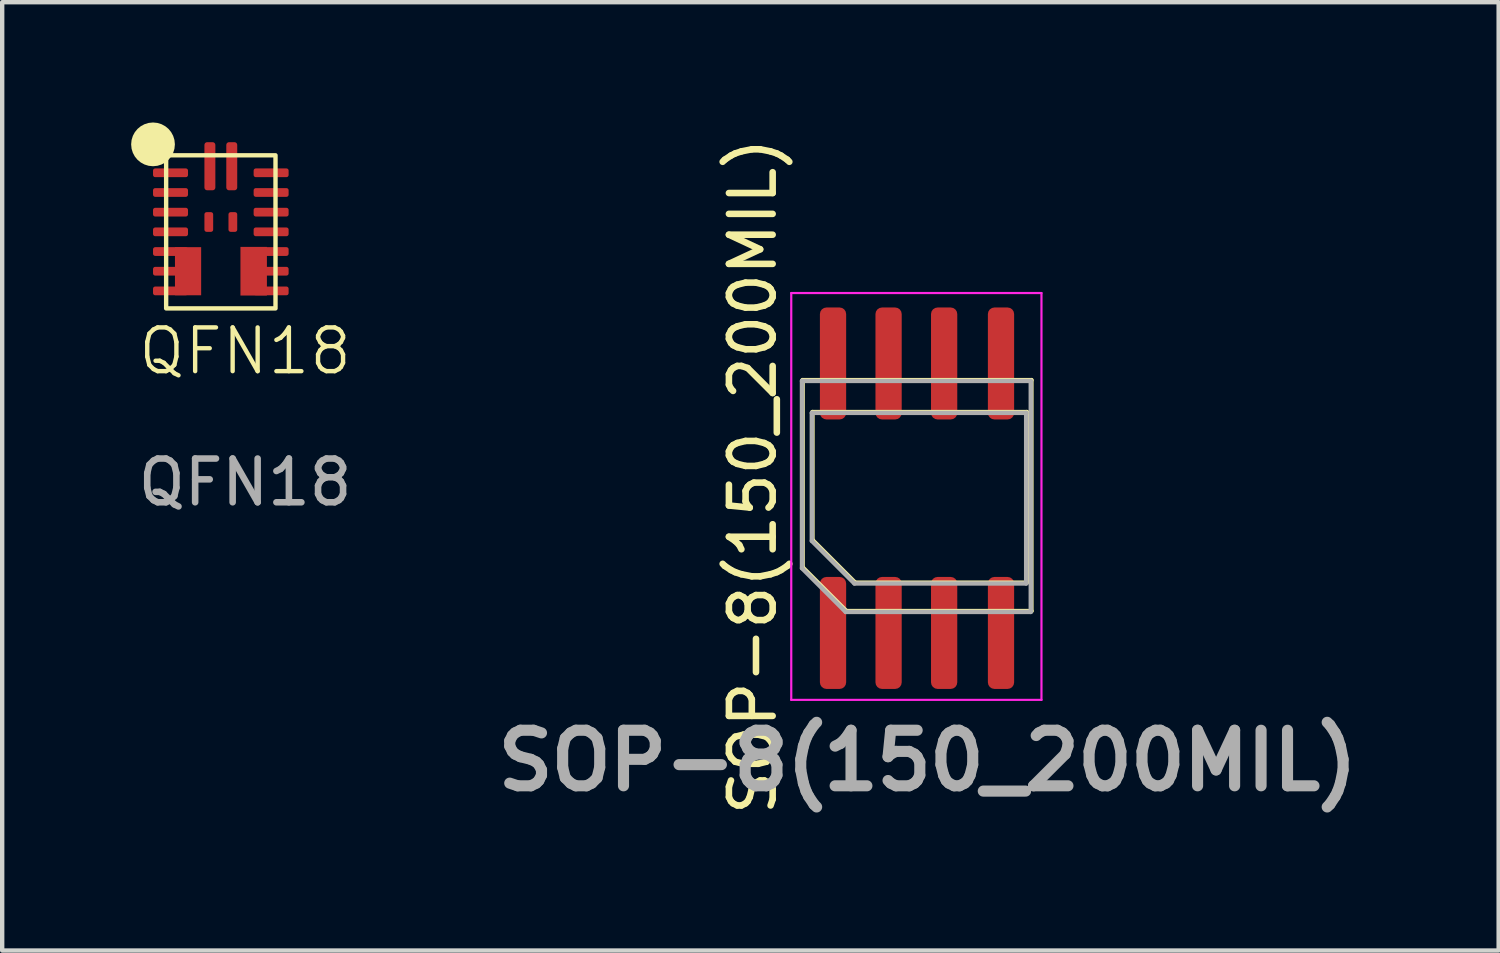
<source format=kicad_pcb>
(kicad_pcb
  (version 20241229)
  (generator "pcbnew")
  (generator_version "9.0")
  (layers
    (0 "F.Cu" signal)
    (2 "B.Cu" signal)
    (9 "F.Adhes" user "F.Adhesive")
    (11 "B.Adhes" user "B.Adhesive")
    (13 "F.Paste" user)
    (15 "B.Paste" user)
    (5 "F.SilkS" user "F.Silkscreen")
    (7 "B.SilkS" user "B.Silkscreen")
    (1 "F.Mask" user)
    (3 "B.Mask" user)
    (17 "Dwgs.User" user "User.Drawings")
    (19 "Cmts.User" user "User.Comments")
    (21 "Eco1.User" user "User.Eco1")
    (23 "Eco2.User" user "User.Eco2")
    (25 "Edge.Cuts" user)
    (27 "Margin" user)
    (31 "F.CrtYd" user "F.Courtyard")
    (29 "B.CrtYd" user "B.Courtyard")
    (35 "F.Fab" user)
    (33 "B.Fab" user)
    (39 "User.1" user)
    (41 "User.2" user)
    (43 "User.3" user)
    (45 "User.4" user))
  (footprint "QFN18"
    (layer "F.Cu")
    (at 1.998 2.25)
    (property "Reference" "QFN18" (at 0.556 2.727 0) (unlocked yes) (layer "F.SilkS") (effects (font (size 1 1) (thickness 0.1))))
    (attr smd)
    (fp_rect (start -1.25 -1.75) (end 1.25 1.75) (stroke (width 0.1) (type default)) (fill no) (layer "F.SilkS"))
    (fp_circle (center -1.55 -2) (end -1.55 -2) (stroke (width 0.5) (type default)) (fill no) (layer "F.SilkS"))
    (fp_text user "${REFERENCE}" (at 0.556 5.727 0) (unlocked yes) (layer "F.Fab") (effects (font (size 1 1) (thickness 0.15))))
    (pad "1" smd roundrect (at -1.15 -1.35 180) (size 0.8 0.2) (layers "F.Cu" "F.Mask" "F.Paste") (roundrect_rratio 0.25))
    (pad "2" smd roundrect (at -1.15 -0.9) (size 0.8 0.2) (layers "F.Cu" "F.Mask" "F.Paste") (roundrect_rratio 0.25))
    (pad "3" smd roundrect (at -1.15 -0.45) (size 0.8 0.2) (layers "F.Cu" "F.Mask" "F.Paste") (roundrect_rratio 0.25))
    (pad "4" smd roundrect (at -1.15 0) (size 0.8 0.2) (layers "F.Cu" "F.Mask" "F.Paste") (roundrect_rratio 0.25))
    (pad "5" smd roundrect (at -1.15 0.45) (size 0.8 0.2) (layers "F.Cu" "F.Mask" "F.Paste") (roundrect_rratio 0.25))
    (pad "6" smd roundrect (at -1.15 0.9) (size 0.8 0.2) (layers "F.Cu" "F.Mask" "F.Paste") (roundrect_rratio 0.25))
    (pad "7" smd roundrect (at -1.15 1.35) (size 0.8 0.2) (layers "F.Cu" "F.Mask" "F.Paste") (roundrect_rratio 0.25))
    (pad "8" smd roundrect (at 1.15 1.35) (size 0.8 0.2) (layers "F.Cu" "F.Mask" "F.Paste") (roundrect_rratio 0.25))
    (pad "9" smd roundrect (at 1.15 0.9) (size 0.8 0.2) (layers "F.Cu" "F.Mask" "F.Paste") (roundrect_rratio 0.25))
    (pad "10" smd roundrect (at 1.15 0.45) (size 0.8 0.2) (layers "F.Cu" "F.Mask" "F.Paste") (roundrect_rratio 0.25))
    (pad "11" smd roundrect (at 1.15 0) (size 0.8 0.2) (layers "F.Cu" "F.Mask" "F.Paste") (roundrect_rratio 0.25))
    (pad "12" smd roundrect (at 1.15 -0.45) (size 0.8 0.2) (layers "F.Cu" "F.Mask" "F.Paste") (roundrect_rratio 0.25))
    (pad "13" smd roundrect (at 1.15 -0.9) (size 0.8 0.2) (layers "F.Cu" "F.Mask" "F.Paste") (roundrect_rratio 0.25))
    (pad "14" smd roundrect (at 1.15 -1.35) (size 0.8 0.2) (layers "F.Cu" "F.Mask" "F.Paste") (roundrect_rratio 0.25))
    (pad "15" smd roundrect (at 0.25 -1.5) (size 0.25 1.1) (layers "F.Cu" "F.Mask" "F.Paste") (roundrect_rratio 0.25))
    (pad "16" smd roundrect (at -0.25 -1.5) (size 0.25 1.1) (layers "F.Cu" "F.Mask" "F.Paste") (roundrect_rratio 0.25))
    (pad "17" smd roundrect (at 0.275 -0.225) (size 0.2 0.45) (layers "F.Cu" "F.Mask" "F.Paste") (roundrect_rratio 0.25))
    (pad "18" smd roundrect (at -0.275 -0.225) (size 0.2 0.45) (layers "F.Cu" "F.Mask" "F.Paste") (roundrect_rratio 0.25))
    (pad "19" smd rect (at -0.749 0.9 90) (size 1.1 0.599) (layers "F.Cu" "F.Mask" "F.Paste"))
    (pad "20" smd rect (at 0.751 0.9 90) (size 1.112 0.605) (layers "F.Cu" "F.Mask" "F.Paste"))
    (zone (net_name "") (layer "F.Cu") (name "KeepOut") (hatch none 0.5) (connect_pads) (min_thickness 0.25) (filled_areas_thickness no) (keepout (tracks not_allowed) (vias not_allowed) (pads not_allowed) (copperpour not_allowed) (footprints not_allowed)) (placement (enabled no)) (fill) (polygon (pts (xy 2.548 1.625) (xy 2.548 2.425) (xy 1.448 2.425) (xy 1.448 1.625)))))
  (footprint "SOP-8(150_200MIL)"
    (layer "F.Cu")
    (at 11.658 8.339)
    (property "Reference" "SOP-8(150_200MIL)" (at 2.5 -0.5 90) (unlocked yes) (layer "F.SilkS") (effects (font (size 1 1) (thickness 0.15))))
    (attr smd)
    (fp_line (start 3.64 -2.7) (end 8.87 -2.7) (stroke (width 0.1) (type solid)) (layer "F.SilkS"))
    (fp_line (start 3.64 1.58) (end 3.64 -2.7) (stroke (width 0.1) (type solid)) (layer "F.SilkS"))
    (fp_line (start 3.865 -1.97) (end 8.765 -1.97) (stroke (width 0.1) (type solid)) (layer "F.SilkS"))
    (fp_line (start 3.865 0.955) (end 3.865 -1.97) (stroke (width 0.1) (type solid)) (layer "F.SilkS"))
    (fp_line (start 4.64 2.58) (end 3.64 1.58) (stroke (width 0.1) (type solid)) (layer "F.SilkS"))
    (fp_line (start 4.84 1.93) (end 3.865 0.955) (stroke (width 0.1) (type solid)) (layer "F.SilkS"))
    (fp_line (start 8.765 -1.97) (end 8.765 1.93) (stroke (width 0.1) (type solid)) (layer "F.SilkS"))
    (fp_line (start 8.765 1.93) (end 4.84 1.93) (stroke (width 0.1) (type solid)) (layer "F.SilkS"))
    (fp_line (start 8.87 -2.7) (end 8.87 2.58) (stroke (width 0.1) (type solid)) (layer "F.SilkS"))
    (fp_line (start 8.87 2.58) (end 4.64 2.58) (stroke (width 0.1) (type solid)) (layer "F.SilkS"))
    (fp_line (start 3.38 -4.69) (end 3.38 4.61) (stroke (width 0.05) (type solid)) (layer "F.CrtYd"))
    (fp_line (start 3.38 4.61) (end 9.1 4.61) (stroke (width 0.05) (type solid)) (layer "F.CrtYd"))
    (fp_line (start 9.1 -4.69) (end 3.38 -4.69) (stroke (width 0.05) (type solid)) (layer "F.CrtYd"))
    (fp_line (start 9.1 4.61) (end 9.1 -4.69) (stroke (width 0.05) (type solid)) (layer "F.CrtYd"))
    (fp_line (start 3.625 -2.68) (end 8.855 -2.68) (stroke (width 0.1) (type solid)) (layer "F.Fab"))
    (fp_line (start 3.625 1.6) (end 3.625 -2.68) (stroke (width 0.1) (type solid)) (layer "F.Fab"))
    (fp_line (start 3.85 -1.95) (end 8.75 -1.95) (stroke (width 0.1) (type solid)) (layer "F.Fab"))
    (fp_line (start 3.85 0.975) (end 3.85 -1.95) (stroke (width 0.1) (type solid)) (layer "F.Fab"))
    (fp_line (start 4.625 2.6) (end 3.625 1.6) (stroke (width 0.1) (type solid)) (layer "F.Fab"))
    (fp_line (start 4.825 1.95) (end 3.85 0.975) (stroke (width 0.1) (type solid)) (layer "F.Fab"))
    (fp_line (start 8.75 -1.95) (end 8.75 1.95) (stroke (width 0.1) (type solid)) (layer "F.Fab"))
    (fp_line (start 8.75 1.95) (end 4.825 1.95) (stroke (width 0.1) (type solid)) (layer "F.Fab"))
    (fp_line (start 8.855 -2.68) (end 8.855 2.6) (stroke (width 0.1) (type solid)) (layer "F.Fab"))
    (fp_line (start 8.855 2.6) (end 4.625 2.6) (stroke (width 0.1) (type solid)) (layer "F.Fab"))
    (fp_text user "${REFERENCE}" (at 6.5 6 0) (layer "F.Fab") (effects (font (size 1.27 1.27) (thickness 0.254))))
    (pad "1" smd roundrect (at 4.335 3.08 270) (size 2.56 0.6) (layers "F.Cu" "F.Mask" "F.Paste") (roundrect_rratio 0.25))
    (pad "2" smd roundrect (at 5.605 3.08 90) (size 2.56 0.6) (layers "F.Cu" "F.Mask" "F.Paste") (roundrect_rratio 0.25))
    (pad "3" smd roundrect (at 6.875 3.08 90) (size 2.56 0.6) (layers "F.Cu" "F.Mask" "F.Paste") (roundrect_rratio 0.25))
    (pad "4" smd roundrect (at 8.175 3.08 90) (size 2.56 0.6) (layers "F.Cu" "F.Mask" "F.Paste") (roundrect_rratio 0.25))
    (pad "5" smd roundrect (at 8.175 -3.08 90) (size 2.56 0.6) (layers "F.Cu" "F.Mask" "F.Paste") (roundrect_rratio 0.25))
    (pad "6" smd roundrect (at 6.875 -3.08 90) (size 2.56 0.6) (layers "F.Cu" "F.Mask" "F.Paste") (roundrect_rratio 0.25))
    (pad "7" smd roundrect (at 5.605 -3.08 90) (size 2.56 0.6) (layers "F.Cu" "F.Mask" "F.Paste") (roundrect_rratio 0.25))
    (pad "8" smd roundrect (at 4.335 -3.08 90) (size 2.56 0.6) (layers "F.Cu" "F.Mask" "F.Paste") (roundrect_rratio 0.25)))
  (gr_rect
    (start -3 -3)
    (end 31.209 18.679)
    (stroke (width 0.1) (type default))
    (fill no)
    (layer "Edge.Cuts")))
</source>
